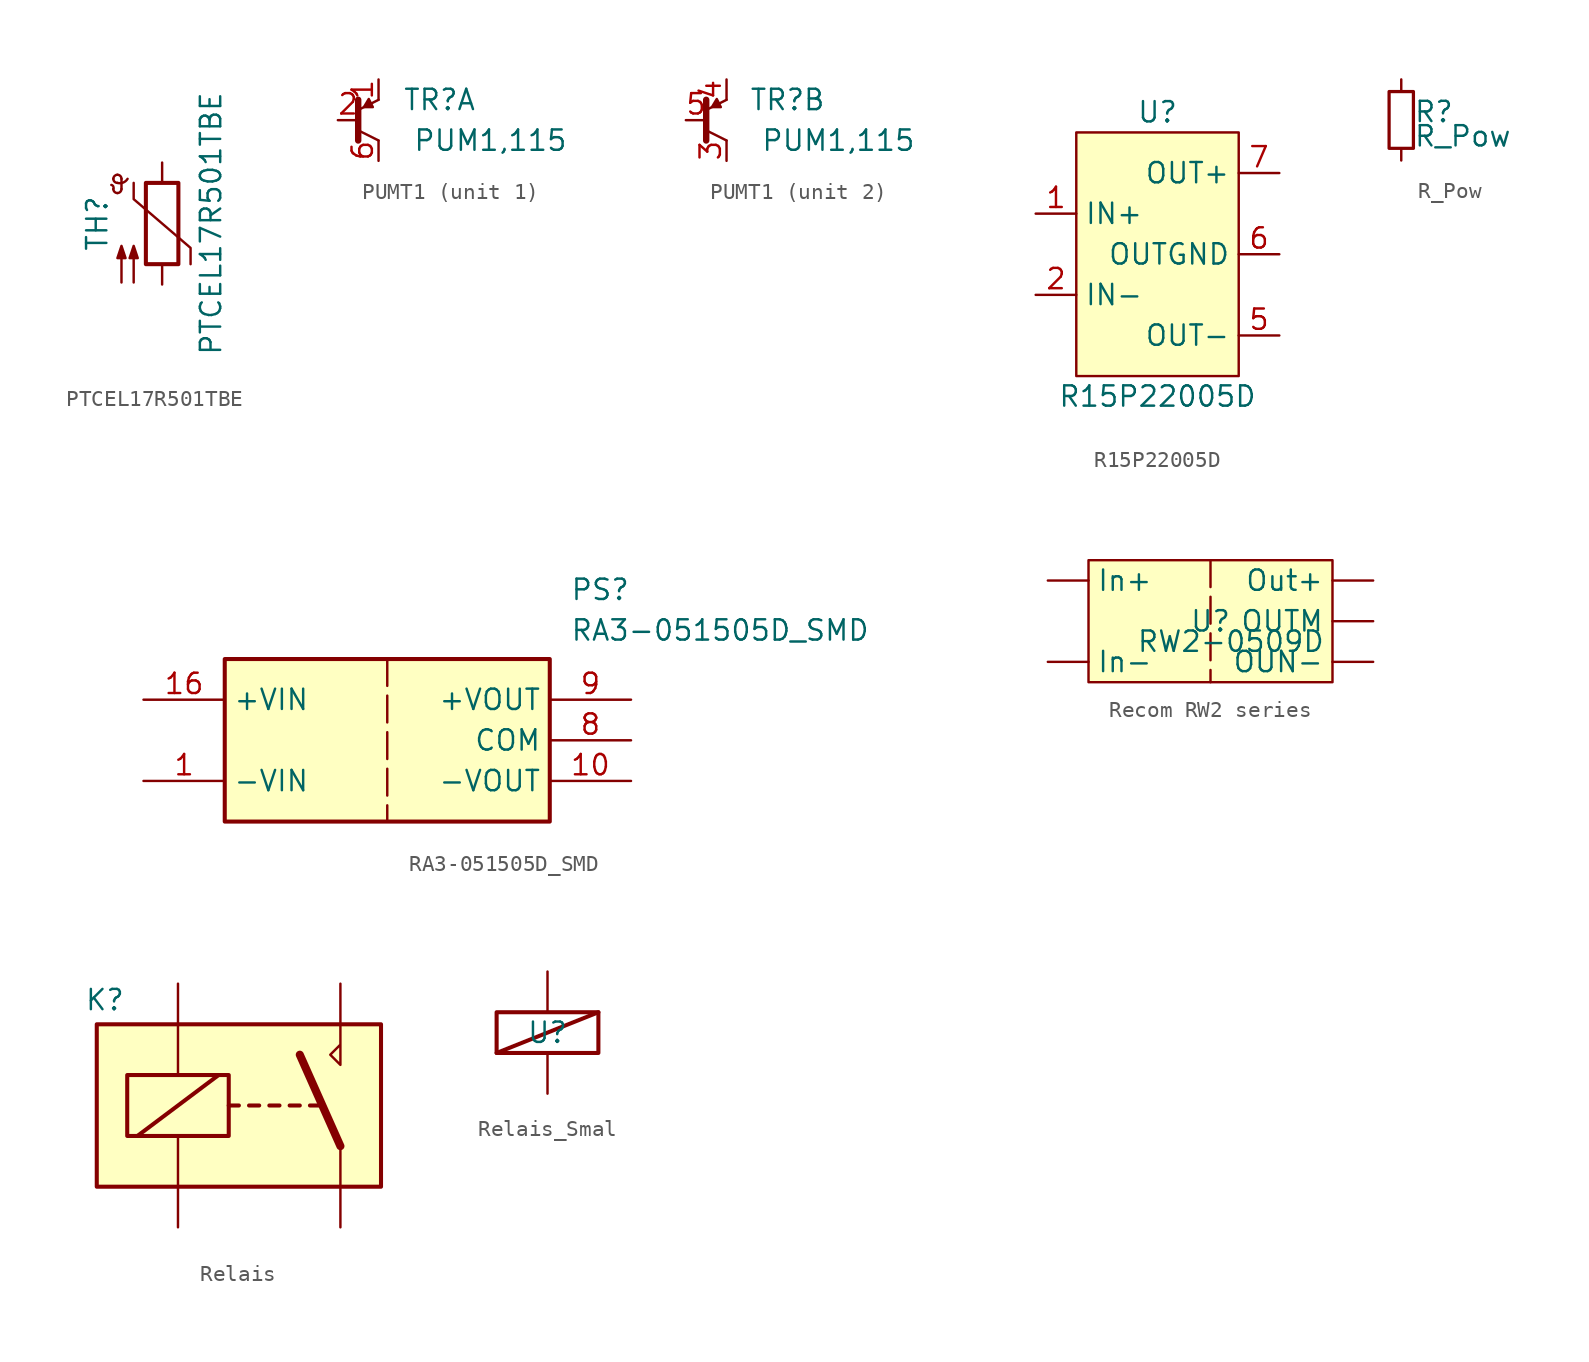
<source format=kicad_sym>
(kicad_symbol_lib
  (version 20231120)
  (generator "kicad_symbol_editor")
  (generator_version "8.0")
  (symbol "PTCEL17R501TBE"
    (pin_numbers hide)
    (pin_names
      (offset 0))
    (property "Reference" "TH"
      (at -4.064 0 90)
      (effects (font (size 1.27 1.27))))
    (property "Value" "PTCEL17R501TBE"
      (at 3.048 0 90)
      (effects (font (size 1.27 1.27))))
    (symbol "PTCEL17R501TBE_0_1"
      (arc (start -3.048 2.159) (mid -3.0495 2.3143) (end -3.175 2.413) (stroke (width 0) (type default)) (fill (type none)))
      (arc (start -3.048 2.159) (mid -2.9736 1.9794) (end -2.794 1.905) (stroke (width 0) (type default)) (fill (type none)))
      (arc (start -3.048 2.794) (mid -2.9736 2.6144) (end -2.794 2.54) (stroke (width 0) (type default)) (fill (type none)))
      (arc (start -2.794 1.905) (mid -2.6144 1.9794) (end -2.54 2.159) (stroke (width 0) (type default)) (fill (type none)))
      (arc (start -2.794 2.54) (mid -2.4393 2.5587) (end -2.159 2.794) (stroke (width 0) (type default)) (fill (type none)))
      (arc (start -2.794 3.048) (mid -2.9736 2.9736) (end -3.048 2.794) (stroke (width 0) (type default)) (fill (type none)))
      (arc (start -2.54 2.794) (mid -2.6144 2.9736) (end -2.794 3.048) (stroke (width 0) (type default)) (fill (type none)))
      (rectangle (start -1.016 2.54) (end 1.016 -2.54) (stroke (width 0.254) (type default)) (fill (type none)))
      (polyline (pts (xy -2.54 2.159) (xy -2.54 2.794)) (stroke (width 0) (type default)) (fill (type none)))
      (polyline (pts (xy -1.778 2.54) (xy -1.778 1.524) (xy 1.778 -1.524) (xy 1.778 -2.54)) (stroke (width 0) (type default)) (fill (type none)))
      (polyline (pts (xy -2.54 -3.683) (xy -2.54 -1.397) (xy -2.794 -2.159) (xy -2.286 -2.159) (xy -2.54 -1.397) (xy -2.54 -1.651)) (stroke (width 0) (type default)) (fill (type outline)))
      (polyline (pts (xy -1.778 -3.683) (xy -1.778 -1.397) (xy -2.032 -2.159) (xy -1.524 -2.159) (xy -1.778 -1.397) (xy -1.778 -1.651)) (stroke (width 0) (type default)) (fill (type outline))))
    (symbol "PTCEL17R501TBE_1_1"
      (pin passive line (at 0 3.81 270) (length 1.27) (name "~" (effects (font (size 1.27 1.27)))) (number "1" (effects (font (size 1.27 1.27)))))
      (pin passive line (at 0 -3.81 90) (length 1.27) (name "~" (effects (font (size 1.27 1.27)))) (number "2" (effects (font (size 1.27 1.27)))))))
  (symbol "PUMT1"
    (pin_names
      (offset 0) hide)
    (property "Reference" "TR"
      (at 3.81 1.27 0)
      (effects (font (size 1.27 1.27))))
    (property "Value" "PUM1,115"
      (at 6.985 -1.27 0)
      (effects (font (size 1.27 1.27))))
    (symbol "PUMT1_0_1"
      (polyline (pts (xy -1.27 -0.635) (xy 0 -1.27)) (stroke (width 0) (type default)) (fill (type none)))
      (polyline (pts (xy -1.27 0.635) (xy 0 1.27)) (stroke (width 0) (type default)) (fill (type none)))
      (polyline (pts (xy -1.27 1.27) (xy -1.27 -1.27)) (stroke (width 0.4) (type default)) (fill (type none)))
      (polyline (pts (xy -0.356 0.813) (xy -0.61 1.321) (xy -0.914 0.813) (xy -0.356 0.813)) (stroke (width 0) (type default)) (fill (type outline))))
    (symbol "PUMT1_1_1"
      (pin open_emitter line (at 0 2.54 270) (length 1.27) (name "E2" (effects (font (size 1.27 1.27)))) (number "1" (effects (font (size 1.27 1.27)))))
      (pin passive line (at -2.54 0 0) (length 1.27) (name "B" (effects (font (size 1.27 1.27)))) (number "2" (effects (font (size 1.27 1.27)))))
      (pin open_collector line (at 0 -2.54 90) (length 1.27) (name "C2" (effects (font (size 1.27 1.27)))) (number "6" (effects (font (size 1.27 1.27))))))
    (symbol "PUMT1_2_1"
      (pin open_collector line (at 0 -2.54 90) (length 1.27) (name "C2" (effects (font (size 1.27 1.27)))) (number "3" (effects (font (size 1.27 1.27)))))
      (pin open_emitter line (at 0 2.54 270) (length 1.27) (name "E2" (effects (font (size 1.27 1.27)))) (number "4" (effects (font (size 1.27 1.27)))))
      (pin passive line (at -2.54 0 0) (length 1.27) (name "B2" (effects (font (size 1.27 1.27)))) (number "5" (effects (font (size 1.27 1.27)))))))
  (symbol "R15P22005D"
    (property "Reference" "U"
      (at 0 8.89 0)
      (effects (font (size 1.27 1.27))))
    (property "Value" "R15P22005D"
      (at 0 -8.89 0)
      (effects (font (size 1.27 1.27))))
    (symbol "R15P22005D_1_1"
      (rectangle (start -5.08 7.62) (end 5.08 -7.62) (stroke (width 0) (type default)) (fill (type background)))
      (pin input line (at -7.62 2.54 0) (length 2.54) (name "IN+" (effects (font (size 1.27 1.27)))) (number "1" (effects (font (size 1.27 1.27)))))
      (pin input line (at -7.62 -2.54 0) (length 2.54) (name "IN-" (effects (font (size 1.27 1.27)))) (number "2" (effects (font (size 1.27 1.27)))))
      (pin input line (at 7.62 -5.08 180) (length 2.54) (name "OUT-" (effects (font (size 1.27 1.27)))) (number "5" (effects (font (size 1.27 1.27)))))
      (pin input line (at 7.62 0 180) (length 2.54) (name "OUTGND" (effects (font (size 1.27 1.27)))) (number "6" (effects (font (size 1.27 1.27)))))
      (pin input line (at 7.62 5.08 180) (length 2.54) (name "OUT+" (effects (font (size 1.27 1.27)))) (number "7" (effects (font (size 1.27 1.27)))))))
  (symbol "R_Pow"
    (pin_numbers hide)
    (pin_names
      (offset 0.254) hide)
    (property "Reference" "R"
      (at 0.762 0.508 0)
      (effects (font (size 1.27 1.27)) (justify left)))
    (property "Value" "R_Pow"
      (at 0.762 -1.016 0)
      (effects (font (size 1.27 1.27)) (justify left)))
    (symbol "R_Pow_0_1"
      (rectangle (start -0.762 1.778) (end 0.762 -1.778) (stroke (width 0.203) (type default)) (fill (type none))))
    (symbol "R_Pow_1_1"
      (pin passive line (at 0 2.54 270) (length 0.762) (name "~" (effects (font (size 1.27 1.27)))) (number "1" (effects (font (size 1.27 1.27)))))
      (pin passive line (at 0 -2.54 90) (length 0.762) (name "~" (effects (font (size 1.27 1.27)))) (number "2" (effects (font (size 1.27 1.27)))))))
  (symbol "RA3-051505D_SMD"
    (property "Reference" "PS"
      (at 11.43 10.16 0)
      (effects (font (size 1.27 1.27)) (justify left top)))
    (property "Value" "RA3-051505D_SMD"
      (at 11.43 7.62 0)
      (effects (font (size 1.27 1.27)) (justify left top)))
    (symbol "RA3-051505D_SMD_1_1"
      (rectangle (start -10.16 5.08) (end 10.16 -5.08) (stroke (width 0.254) (type default)) (fill (type background)))
      (polyline (pts (xy 0 5.08) (xy 0 -5.08)) (stroke (width 0) (type dash)) (fill (type none)))
      (pin passive line (at -15.24 -2.54 0) (length 5.08) (name "-VIN" (effects (font (size 1.27 1.27)))) (number "1" (effects (font (size 1.27 1.27)))))
      (pin passive line (at 15.24 -2.54 180) (length 5.08) (name "-VOUT" (effects (font (size 1.27 1.27)))) (number "10" (effects (font (size 1.27 1.27)))))
      (pin passive line (at -15.24 2.54 0) (length 5.08) (name "+VIN" (effects (font (size 1.27 1.27)))) (number "16" (effects (font (size 1.27 1.27)))))
      (pin passive line (at 15.24 0 180) (length 5.08) (name "COM" (effects (font (size 1.27 1.27)))) (number "8" (effects (font (size 1.27 1.27)))))
      (pin passive line (at 15.24 2.54 180) (length 5.08) (name "+VOUT" (effects (font (size 1.27 1.27)))) (number "9" (effects (font (size 1.27 1.27)))))))
  (symbol "Recom RW2 series"
    (property "Reference" "U"
      (at 0 0 0)
      (effects (font (size 1.27 1.27))))
    (property "Value" "RW2-0509D"
      (at 1.27 -1.27 0)
      (effects (font (size 1.27 1.27))))
    (symbol "Recom RW2 series_1_1"
      (rectangle (start -7.62 3.81) (end 7.62 -3.81) (stroke (width 0) (type default)) (fill (type background)))
      (polyline (pts (xy 0 3.81) (xy 0 -3.81)) (stroke (width 0) (type dash)) (fill (type none)))
      (pin power_in line (at -10.16 2.54 0) (length 2.54) (name "In+" (effects (font (size 1.27 1.27)))) (number "" (effects (font (size 1.27 1.27)))))
      (pin power_in line (at -10.16 -2.54 0) (length 2.54) (name "In-" (effects (font (size 1.27 1.27)))) (number "" (effects (font (size 1.27 1.27)))))
      (pin input line (at 10.16 -2.54 180) (length 2.54) (name "OUN-" (effects (font (size 1.27 1.27)))) (number "" (effects (font (size 1.27 1.27)))) (alternate "NC" free line))
      (pin power_out line (at 10.16 0 180) (length 2.54) (name "OUTM" (effects (font (size 1.27 1.27)))) (number "" (effects (font (size 1.27 1.27)))) (alternate "OUT-" power_out line))
      (pin power_out line (at 10.16 2.54 180) (length 2.54) (name "Out+" (effects (font (size 1.27 1.27)))) (number "" (effects (font (size 1.27 1.27)))))))
  (symbol "Relais"
    (property "Reference" "K"
      (at -9.652 2.794 0)
      (effects (font (size 1.27 1.27))))
    (property "Value" ""
      (at 0 0 0)
      (effects (font (size 1.27 1.27))))
    (symbol "Relais_0_0"
      (polyline (pts (xy 5.08 1.27) (xy 5.08 -1.27) (xy 4.445 -0.635) (xy 5.08 0)) (stroke (width 0) (type default)) (fill (type none))))
    (symbol "Relais_0_1"
      (rectangle (start -10.16 1.27) (end 7.62 -8.89) (stroke (width 0.254) (type default)) (fill (type background)))
      (rectangle (start -8.255 -1.905) (end -1.905 -5.715) (stroke (width 0.254) (type default)) (fill (type none)))
      (polyline (pts (xy -7.62 -5.715) (xy -2.54 -1.905)) (stroke (width 0.254) (type default)) (fill (type none)))
      (polyline (pts (xy -5.08 -8.89) (xy -5.08 -5.715)) (stroke (width 0) (type default)) (fill (type none)))
      (polyline (pts (xy -5.08 1.27) (xy -5.08 -1.905)) (stroke (width 0) (type default)) (fill (type none)))
      (polyline (pts (xy -1.905 -3.81) (xy -1.27 -3.81)) (stroke (width 0.254) (type default)) (fill (type none)))
      (polyline (pts (xy -0.635 -3.81) (xy 0 -3.81)) (stroke (width 0.254) (type default)) (fill (type none)))
      (polyline (pts (xy 0.635 -3.81) (xy 1.27 -3.81)) (stroke (width 0.254) (type default)) (fill (type none)))
      (polyline (pts (xy 1.905 -3.81) (xy 2.54 -3.81)) (stroke (width 0.254) (type default)) (fill (type none)))
      (polyline (pts (xy 3.175 -3.81) (xy 3.81 -3.81)) (stroke (width 0.254) (type default)) (fill (type none)))
      (polyline (pts (xy 5.08 -6.35) (xy 2.54 -0.635)) (stroke (width 0.508) (type default)) (fill (type none)))
      (polyline (pts (xy 5.08 -6.35) (xy 5.08 -8.89)) (stroke (width 0) (type default)) (fill (type none))))
    (symbol "Relais_1_1"
      (pin passive line (at -5.08 -11.43 90) (length 2.54) (name "" (effects (font (size 1.27 1.27)))) (number "" (effects (font (size 1.27 1.27)))))
      (pin passive line (at -5.08 3.81 270) (length 2.54) (name "" (effects (font (size 1.27 1.27)))) (number "" (effects (font (size 1.27 1.27)))))
      (pin passive line (at 5.08 -11.43 90) (length 2.54) (name "" (effects (font (size 1.27 1.27)))) (number "" (effects (font (size 1.27 1.27)))))
      (pin passive line (at 5.08 3.81 270) (length 2.54) (name "" (effects (font (size 1.27 1.27)))) (number "" (effects (font (size 1.27 1.27)))))))
  (symbol "Relais_Smal"
    (property "Reference" "U"
      (at 0 0 0)
      (effects (font (size 1.27 1.27))))
    (property "Value" ""
      (at 0 0 0)
      (effects (font (size 1.27 1.27))))
    (symbol "Relais_Smal_0_1"
      (rectangle (start -3.175 1.27) (end 3.175 -1.27) (stroke (width 0.254) (type default)) (fill (type none)))
      (polyline (pts (xy -3.175 -1.27) (xy 3.175 1.27)) (stroke (width 0.254) (type default)) (fill (type none))))
    (symbol "Relais_Smal_1_1"
      (pin passive line (at 0 -3.81 90) (length 2.54) (name "" (effects (font (size 1.27 1.27)))) (number "" (effects (font (size 1.27 1.27)))))
      (pin passive line (at 0 3.81 270) (length 2.54) (name "" (effects (font (size 1.27 1.27)))) (number "" (effects (font (size 1.27 1.27))))))))
</source>
